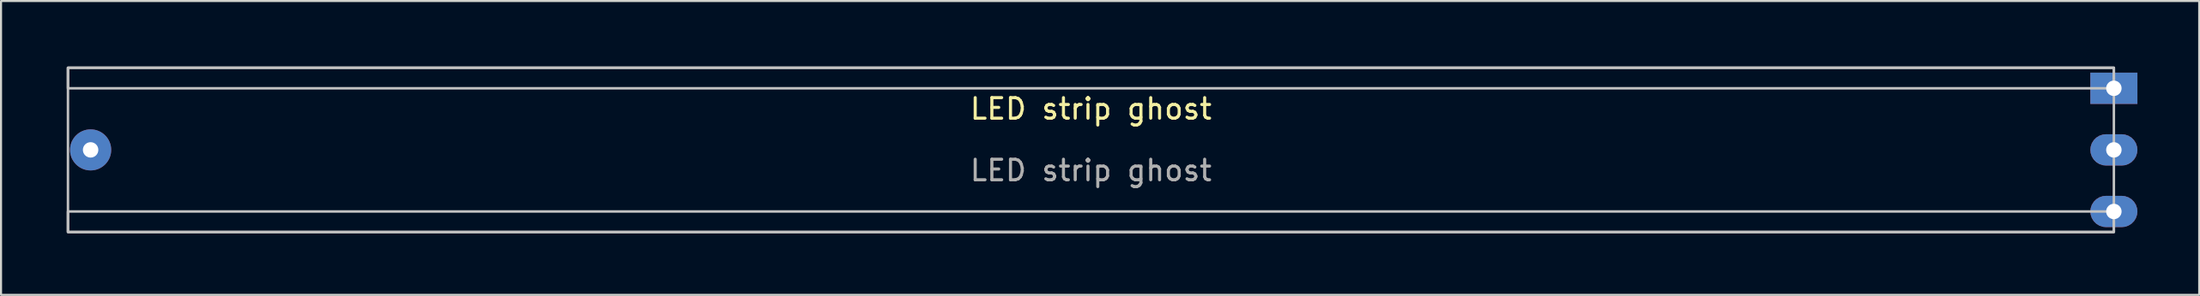
<source format=kicad_pcb>
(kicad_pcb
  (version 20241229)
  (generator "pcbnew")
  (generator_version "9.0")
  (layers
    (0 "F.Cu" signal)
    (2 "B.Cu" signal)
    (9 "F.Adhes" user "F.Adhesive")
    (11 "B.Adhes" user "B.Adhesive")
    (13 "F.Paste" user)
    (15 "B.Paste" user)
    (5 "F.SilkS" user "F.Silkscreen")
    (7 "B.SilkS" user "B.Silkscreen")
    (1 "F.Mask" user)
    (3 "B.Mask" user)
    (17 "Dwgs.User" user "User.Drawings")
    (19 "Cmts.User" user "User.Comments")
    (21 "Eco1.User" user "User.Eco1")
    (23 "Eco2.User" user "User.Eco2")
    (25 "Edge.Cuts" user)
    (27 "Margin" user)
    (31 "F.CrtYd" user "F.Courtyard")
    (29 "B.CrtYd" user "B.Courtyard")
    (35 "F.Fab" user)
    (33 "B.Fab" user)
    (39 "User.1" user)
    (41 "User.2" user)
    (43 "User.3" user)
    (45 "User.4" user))
  (footprint "LED strip ghost"
    (layer "F.Cu")
    (at 0.25 0.25)
    (property "Reference" "LED strip ghost" (at 49.675 2 0) (unlocked yes) (layer "F.SilkS") (effects (font (size 1 1) (thickness 0.15))))
    (attr smd)
    (fp_rect (start 0 0) (end 99.35 1) (stroke (width 0.12) (type default)) (fill no) (layer "Dwgs.User"))
    (fp_rect (start 0 0) (end 99.35 8) (stroke (width 0.12) (type default)) (fill no) (layer "Dwgs.User"))
    (fp_rect (start 0 7) (end 99.35 8) (stroke (width 0.12) (type default)) (fill no) (layer "Dwgs.User"))
    (fp_text user "${REFERENCE}" (at 49.675 5 0) (unlocked yes) (layer "F.Fab") (effects (font (size 1 1) (thickness 0.15))))
    (pad "1" thru_hole rect (at 99.35 1) (size 2.286 1.524) (drill 0.75) (layers "*.Cu" "*.Mask"))
    (pad "2" thru_hole roundrect (at 99.35 7) (size 2.286 1.524) (drill 0.75) (layers "*.Cu" "*.Mask") (roundrect_rratio 0.5))
    (pad "3" thru_hole roundrect (at 99.35 4) (size 2.286 1.524) (drill 0.75) (layers "*.Cu" "*.Mask") (roundrect_rratio 0.5))
    (pad "4" thru_hole circle (at 1.1 4) (size 2 2) (drill 0.75) (layers "*.Cu" "*.Mask")))
  (gr_rect
    (start -3 -3)
    (end 103.743 11.31)
    (stroke (width 0.1) (type default))
    (fill no)
    (layer "Edge.Cuts")))
</source>
